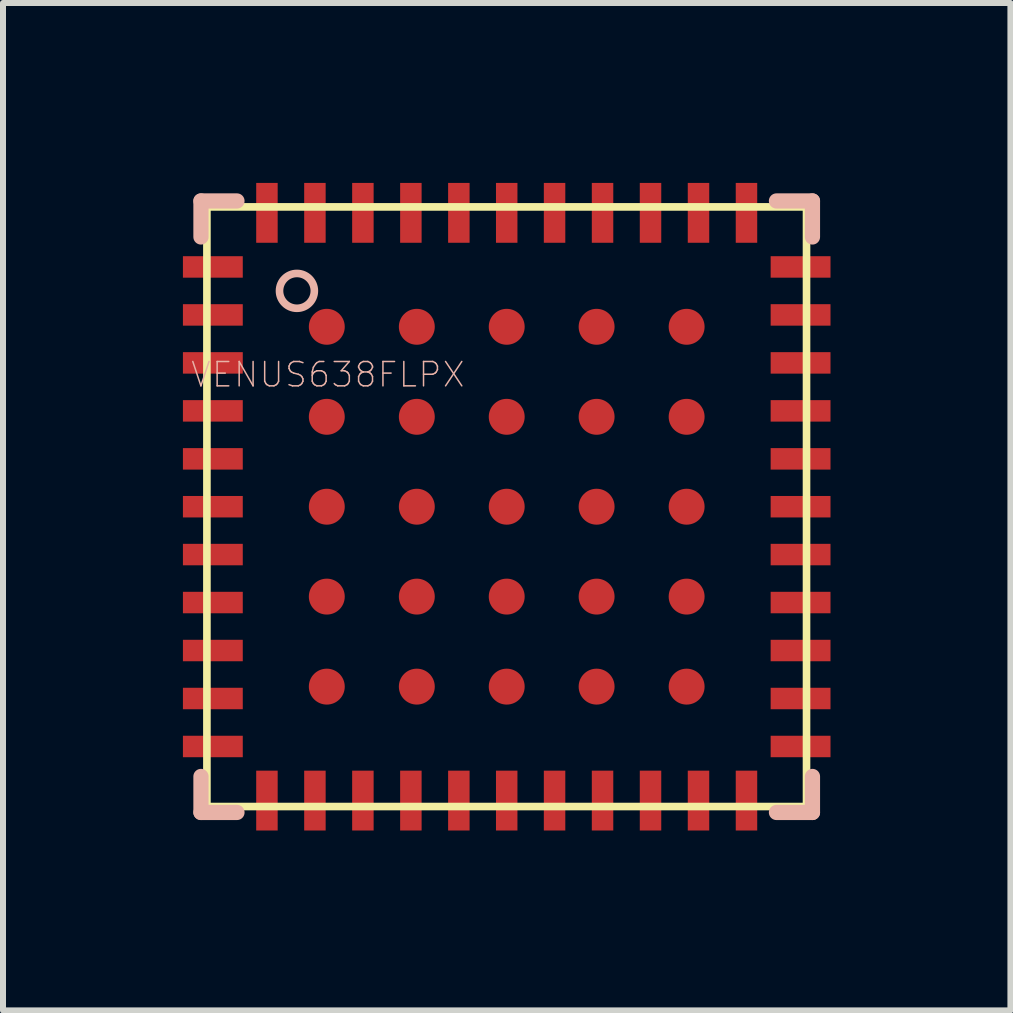
<source format=kicad_pcb>
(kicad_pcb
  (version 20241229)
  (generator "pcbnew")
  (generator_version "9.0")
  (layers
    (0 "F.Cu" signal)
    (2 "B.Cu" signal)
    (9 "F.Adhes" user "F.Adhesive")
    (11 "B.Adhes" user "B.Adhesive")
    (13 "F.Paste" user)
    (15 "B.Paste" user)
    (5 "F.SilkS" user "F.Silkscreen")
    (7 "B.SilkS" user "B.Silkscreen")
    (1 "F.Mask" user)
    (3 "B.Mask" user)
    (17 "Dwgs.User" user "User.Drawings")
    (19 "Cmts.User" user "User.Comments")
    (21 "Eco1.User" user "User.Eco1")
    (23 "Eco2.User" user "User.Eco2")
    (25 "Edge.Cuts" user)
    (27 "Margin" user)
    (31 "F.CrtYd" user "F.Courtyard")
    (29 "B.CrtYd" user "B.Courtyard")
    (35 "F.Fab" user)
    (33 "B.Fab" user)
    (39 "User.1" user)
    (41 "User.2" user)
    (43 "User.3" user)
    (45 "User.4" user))
  (footprint "VENUS638FLPX"
    (layer "F.Cu")
    (at 5.399 5.399)
    (property "Reference" "VENUS638FLPX" (at -2.982 -2.202 0) (layer "B.SilkS") (effects (font (size 0.406 0.406) (thickness 0.025))))
    (attr smd)
    (fp_line (start -4.999 -4.999) (end -4.999 4.999) (stroke (width 0.127) (type solid)) (layer "F.SilkS"))
    (fp_line (start -4.999 4.999) (end 4.999 4.999) (stroke (width 0.127) (type solid)) (layer "F.SilkS"))
    (fp_line (start 4.999 -4.999) (end -4.999 -4.999) (stroke (width 0.127) (type solid)) (layer "F.SilkS"))
    (fp_line (start 4.999 4.999) (end 4.999 -4.999) (stroke (width 0.127) (type solid)) (layer "F.SilkS"))
    (fp_line (start -5.098 -5.098) (end -4.498 -5.098) (stroke (width 0.254) (type solid)) (layer "B.SilkS"))
    (fp_line (start -5.098 -4.498) (end -5.098 -5.098) (stroke (width 0.254) (type solid)) (layer "B.SilkS"))
    (fp_line (start -5.098 4.498) (end -5.098 5.098) (stroke (width 0.254) (type solid)) (layer "B.SilkS"))
    (fp_line (start -5.098 5.098) (end -4.498 5.098) (stroke (width 0.254) (type solid)) (layer "B.SilkS"))
    (fp_line (start 5.098 -5.098) (end 4.498 -5.098) (stroke (width 0.254) (type solid)) (layer "B.SilkS"))
    (fp_line (start 5.098 -4.498) (end 5.098 -5.098) (stroke (width 0.254) (type solid)) (layer "B.SilkS"))
    (fp_line (start 5.098 5.098) (end 4.498 5.098) (stroke (width 0.254) (type solid)) (layer "B.SilkS"))
    (fp_line (start 5.098 5.098) (end 5.098 4.498) (stroke (width 0.254) (type solid)) (layer "B.SilkS"))
    (fp_circle (center -3.498 -3.599) (end -3.703 -3.805) (stroke (width 0.127) (type solid)) (fill no) (layer "B.SilkS"))
    (pad "1" smd rect (at -4.9 -3.998 180) (size 0.998 0.358) (layers "F.Cu" "F.Mask" "F.Paste"))
    (pad "2" smd rect (at -4.9 -3.198 180) (size 0.998 0.358) (layers "F.Cu" "F.Mask" "F.Paste"))
    (pad "3" smd rect (at -4.9 -2.398 180) (size 0.998 0.358) (layers "F.Cu" "F.Mask" "F.Paste"))
    (pad "4" smd rect (at -4.9 -1.598 180) (size 0.998 0.358) (layers "F.Cu" "F.Mask" "F.Paste"))
    (pad "5" smd rect (at -4.9 -0.798 180) (size 0.998 0.358) (layers "F.Cu" "F.Mask" "F.Paste"))
    (pad "6" smd rect (at -4.9 0 180) (size 0.998 0.358) (layers "F.Cu" "F.Mask" "F.Paste"))
    (pad "7" smd rect (at -4.9 0.798 180) (size 0.998 0.358) (layers "F.Cu" "F.Mask" "F.Paste"))
    (pad "8" smd rect (at -4.9 1.598 180) (size 0.998 0.358) (layers "F.Cu" "F.Mask" "F.Paste"))
    (pad "9" smd rect (at -4.9 2.398 180) (size 0.998 0.358) (layers "F.Cu" "F.Mask" "F.Paste"))
    (pad "10" smd rect (at -4.9 3.198 180) (size 0.998 0.358) (layers "F.Cu" "F.Mask" "F.Paste"))
    (pad "11" smd rect (at -4.9 3.998 180) (size 0.998 0.358) (layers "F.Cu" "F.Mask" "F.Paste"))
    (pad "12" smd rect (at -3.998 4.9 270) (size 0.998 0.358) (layers "F.Cu" "F.Mask" "F.Paste"))
    (pad "13" smd rect (at -3.198 4.9 270) (size 0.998 0.358) (layers "F.Cu" "F.Mask" "F.Paste"))
    (pad "14" smd rect (at -2.398 4.9 270) (size 0.998 0.358) (layers "F.Cu" "F.Mask" "F.Paste"))
    (pad "15" smd rect (at -1.598 4.9 270) (size 0.998 0.358) (layers "F.Cu" "F.Mask" "F.Paste"))
    (pad "16" smd rect (at -0.798 4.9 270) (size 0.998 0.358) (layers "F.Cu" "F.Mask" "F.Paste"))
    (pad "17" smd rect (at 0 4.9 270) (size 0.998 0.358) (layers "F.Cu" "F.Mask" "F.Paste"))
    (pad "18" smd rect (at 0.798 4.9 270) (size 0.998 0.358) (layers "F.Cu" "F.Mask" "F.Paste"))
    (pad "19" smd rect (at 1.598 4.9 270) (size 0.998 0.358) (layers "F.Cu" "F.Mask" "F.Paste"))
    (pad "20" smd rect (at 2.398 4.9 270) (size 0.998 0.358) (layers "F.Cu" "F.Mask" "F.Paste"))
    (pad "21" smd rect (at 3.198 4.9 270) (size 0.998 0.358) (layers "F.Cu" "F.Mask" "F.Paste"))
    (pad "22" smd rect (at 3.998 4.9 270) (size 0.998 0.358) (layers "F.Cu" "F.Mask" "F.Paste"))
    (pad "23" smd rect (at 4.9 3.998) (size 0.998 0.358) (layers "F.Cu" "F.Mask" "F.Paste"))
    (pad "24" smd rect (at 4.9 3.198) (size 0.998 0.358) (layers "F.Cu" "F.Mask" "F.Paste"))
    (pad "25" smd rect (at 4.9 2.398) (size 0.998 0.358) (layers "F.Cu" "F.Mask" "F.Paste"))
    (pad "26" smd rect (at 4.9 1.598) (size 0.998 0.358) (layers "F.Cu" "F.Mask" "F.Paste"))
    (pad "27" smd rect (at 4.9 0.798) (size 0.998 0.358) (layers "F.Cu" "F.Mask" "F.Paste"))
    (pad "28" smd rect (at 4.9 0) (size 0.998 0.358) (layers "F.Cu" "F.Mask" "F.Paste"))
    (pad "29" smd rect (at 4.9 -0.798) (size 0.998 0.358) (layers "F.Cu" "F.Mask" "F.Paste"))
    (pad "30" smd rect (at 4.9 -1.598) (size 0.998 0.358) (layers "F.Cu" "F.Mask" "F.Paste"))
    (pad "31" smd rect (at 4.9 -2.398) (size 0.998 0.358) (layers "F.Cu" "F.Mask" "F.Paste"))
    (pad "32" smd rect (at 4.9 -3.198) (size 0.998 0.358) (layers "F.Cu" "F.Mask" "F.Paste"))
    (pad "33" smd rect (at 4.9 -3.998) (size 0.998 0.358) (layers "F.Cu" "F.Mask" "F.Paste"))
    (pad "34" smd rect (at 3.998 -4.9 90) (size 0.998 0.358) (layers "F.Cu" "F.Mask" "F.Paste"))
    (pad "35" smd rect (at 3.198 -4.9 90) (size 0.998 0.358) (layers "F.Cu" "F.Mask" "F.Paste"))
    (pad "36" smd rect (at 2.398 -4.9 90) (size 0.998 0.358) (layers "F.Cu" "F.Mask" "F.Paste"))
    (pad "37" smd rect (at 1.598 -4.9 90) (size 0.998 0.358) (layers "F.Cu" "F.Mask" "F.Paste"))
    (pad "38" smd rect (at 0.798 -4.9 90) (size 0.998 0.358) (layers "F.Cu" "F.Mask" "F.Paste"))
    (pad "39" smd rect (at 0 -4.9 90) (size 0.998 0.358) (layers "F.Cu" "F.Mask" "F.Paste"))
    (pad "40" smd rect (at -0.798 -4.9 90) (size 0.998 0.358) (layers "F.Cu" "F.Mask" "F.Paste"))
    (pad "41" smd rect (at -1.598 -4.9 90) (size 0.998 0.358) (layers "F.Cu" "F.Mask" "F.Paste"))
    (pad "42" smd rect (at -2.398 -4.9 90) (size 0.998 0.358) (layers "F.Cu" "F.Mask" "F.Paste"))
    (pad "43" smd rect (at -3.198 -4.9 90) (size 0.998 0.358) (layers "F.Cu" "F.Mask" "F.Paste"))
    (pad "44" smd rect (at -3.998 -4.9 90) (size 0.998 0.358) (layers "F.Cu" "F.Mask" "F.Paste"))
    (pad "45" smd circle (at -3 -3) (size 0.599 0.599) (layers "F.Cu" "F.Mask" "F.Paste"))
    (pad "46" smd circle (at -3 -1.499) (size 0.599 0.599) (layers "F.Cu" "F.Mask" "F.Paste"))
    (pad "47" smd circle (at -3 0) (size 0.599 0.599) (layers "F.Cu" "F.Mask" "F.Paste"))
    (pad "48" smd circle (at -3 1.499) (size 0.599 0.599) (layers "F.Cu" "F.Mask" "F.Paste"))
    (pad "49" smd circle (at -3 3) (size 0.599 0.599) (layers "F.Cu" "F.Mask" "F.Paste"))
    (pad "50" smd circle (at -1.499 -3) (size 0.599 0.599) (layers "F.Cu" "F.Mask" "F.Paste"))
    (pad "51" smd circle (at -1.499 -1.499) (size 0.599 0.599) (layers "F.Cu" "F.Mask" "F.Paste"))
    (pad "52" smd circle (at -1.499 0) (size 0.599 0.599) (layers "F.Cu" "F.Mask" "F.Paste"))
    (pad "53" smd circle (at -1.499 1.499) (size 0.599 0.599) (layers "F.Cu" "F.Mask" "F.Paste"))
    (pad "54" smd circle (at -1.499 3) (size 0.599 0.599) (layers "F.Cu" "F.Mask" "F.Paste"))
    (pad "55" smd circle (at 0 -3) (size 0.599 0.599) (layers "F.Cu" "F.Mask" "F.Paste"))
    (pad "56" smd circle (at 0 -1.499) (size 0.599 0.599) (layers "F.Cu" "F.Mask" "F.Paste"))
    (pad "57" smd circle (at 0 0) (size 0.599 0.599) (layers "F.Cu" "F.Mask" "F.Paste"))
    (pad "58" smd circle (at 0 1.499) (size 0.599 0.599) (layers "F.Cu" "F.Mask" "F.Paste"))
    (pad "59" smd circle (at 0 3) (size 0.599 0.599) (layers "F.Cu" "F.Mask" "F.Paste"))
    (pad "60" smd circle (at 1.499 -3) (size 0.599 0.599) (layers "F.Cu" "F.Mask" "F.Paste"))
    (pad "61" smd circle (at 1.499 -1.499) (size 0.599 0.599) (layers "F.Cu" "F.Mask" "F.Paste"))
    (pad "62" smd circle (at 1.499 0) (size 0.599 0.599) (layers "F.Cu" "F.Mask" "F.Paste"))
    (pad "63" smd circle (at 1.499 1.499) (size 0.599 0.599) (layers "F.Cu" "F.Mask" "F.Paste"))
    (pad "64" smd circle (at 1.499 3) (size 0.599 0.599) (layers "F.Cu" "F.Mask" "F.Paste"))
    (pad "65" smd circle (at 3 -3) (size 0.599 0.599) (layers "F.Cu" "F.Mask" "F.Paste"))
    (pad "66" smd circle (at 3 -1.499) (size 0.599 0.599) (layers "F.Cu" "F.Mask" "F.Paste"))
    (pad "67" smd circle (at 3 0) (size 0.599 0.599) (layers "F.Cu" "F.Mask" "F.Paste"))
    (pad "68" smd circle (at 3 1.499) (size 0.599 0.599) (layers "F.Cu" "F.Mask" "F.Paste"))
    (pad "69" smd circle (at 3 3) (size 0.599 0.599) (layers "F.Cu" "F.Mask" "F.Paste")))
  (gr_rect
    (start -3 -3)
    (end 13.798 13.798)
    (stroke (width 0.1) (type default))
    (fill no)
    (layer "Edge.Cuts")))
</source>
